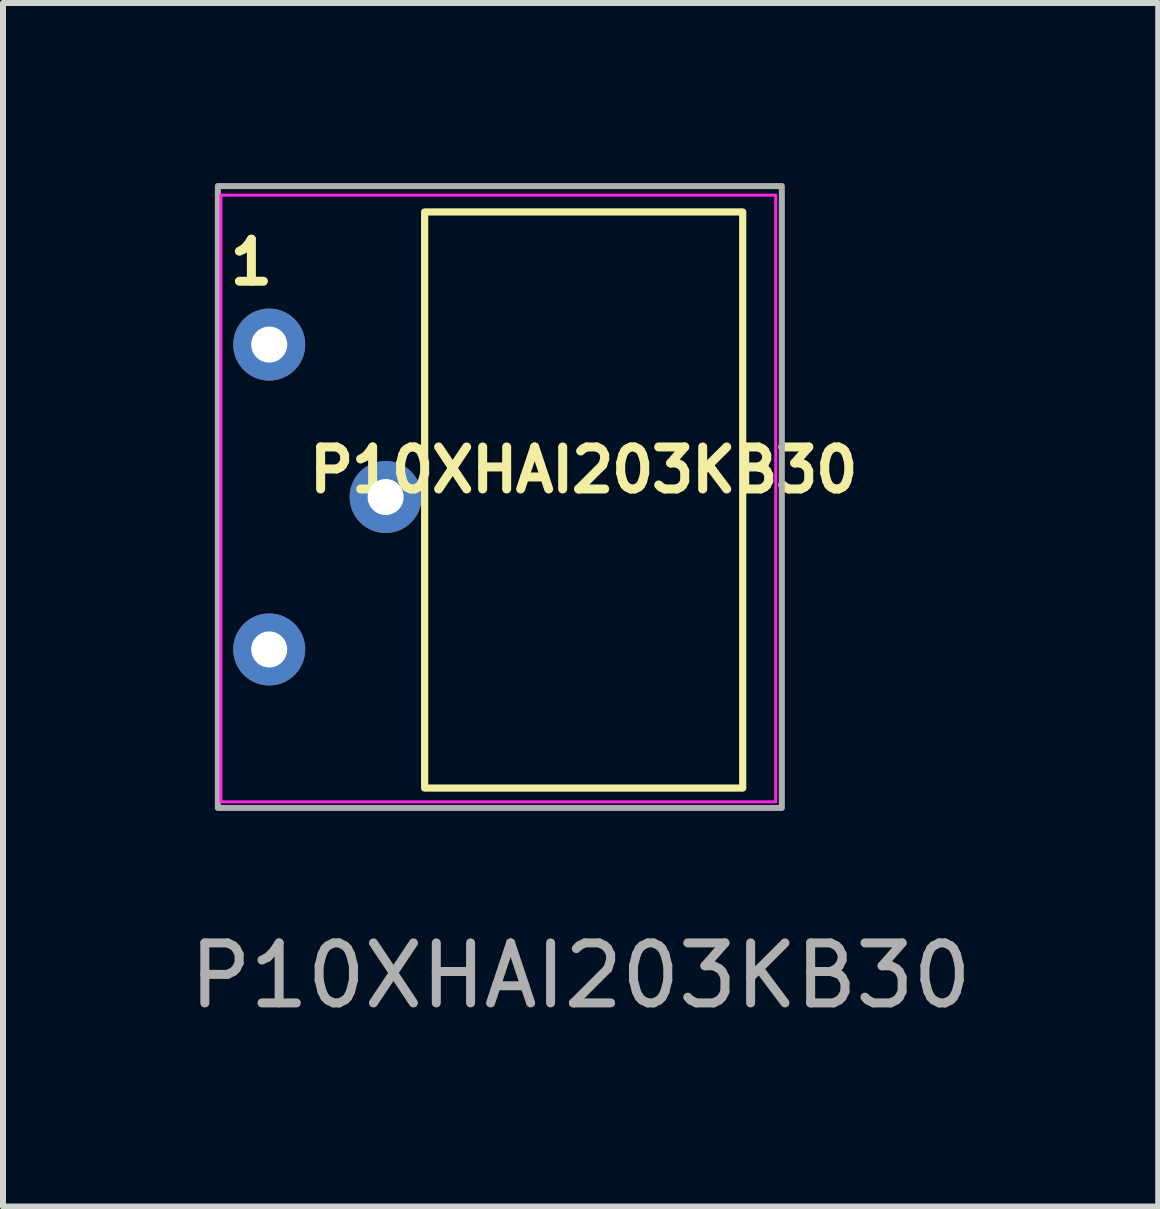
<source format=kicad_pcb>
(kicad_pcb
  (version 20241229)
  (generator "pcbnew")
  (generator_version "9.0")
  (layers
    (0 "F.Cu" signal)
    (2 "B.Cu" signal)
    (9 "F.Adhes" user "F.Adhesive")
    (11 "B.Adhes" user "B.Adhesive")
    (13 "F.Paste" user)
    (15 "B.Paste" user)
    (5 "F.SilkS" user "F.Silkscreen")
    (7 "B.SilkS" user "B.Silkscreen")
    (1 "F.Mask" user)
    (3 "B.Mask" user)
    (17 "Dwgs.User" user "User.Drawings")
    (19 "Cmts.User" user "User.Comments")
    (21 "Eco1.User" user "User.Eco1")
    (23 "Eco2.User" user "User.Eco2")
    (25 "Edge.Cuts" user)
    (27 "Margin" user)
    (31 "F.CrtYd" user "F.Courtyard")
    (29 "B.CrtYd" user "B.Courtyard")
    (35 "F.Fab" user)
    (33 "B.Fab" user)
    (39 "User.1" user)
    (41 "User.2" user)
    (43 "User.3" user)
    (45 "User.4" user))
  (footprint "P10XHAI203KB30"
    (layer "F.Cu")
    (at 6.676 5.282)
    (property "Reference" "P10XHAI203KB30" (at 0 -0.5 0) (unlocked yes) (layer "F.SilkS") (effects (font (size 0.7 0.7) (thickness 0.15))))
    (attr smd)
    (fp_rect (start -2.65 -4.8) (end 2.65 4.8) (stroke (width 0.12) (type solid)) (fill no) (layer "F.SilkS"))
    (fp_rect (start -6.045 -5.08) (end 3.2 5.029) (stroke (width 0.05) (type solid)) (fill no) (layer "F.CrtYd"))
    (fp_rect (start -6.096 -5.232) (end 3.302 5.131) (stroke (width 0.1) (type solid)) (fill no) (layer "F.Fab"))
    (fp_text user "1" (at -5.537 -3.962 0) (unlocked yes) (layer "F.SilkS") (effects (font (size 0.7 0.7) (thickness 0.15))))
    (fp_text user "${REFERENCE}" (at -0.051 7.925 0) (unlocked yes) (layer "F.Fab") (effects (font (size 1 1) (thickness 0.15))))
    (pad "1" thru_hole circle (at -5.24 -2.59 90) (size 1.2 1.2) (drill 0.6) (layers "*.Cu" "*.Mask"))
    (pad "2" thru_hole circle (at -3.3 -0.05 90) (size 1.2 1.2) (drill 0.6) (layers "*.Cu" "*.Mask"))
    (pad "3" thru_hole circle (at -5.24 2.49 90) (size 1.2 1.2) (drill 0.6) (layers "*.Cu" "*.Mask")))
  (gr_rect
    (start -3 -3)
    (end 16.25 17.055)
    (stroke (width 0.1) (type default))
    (fill no)
    (layer "Edge.Cuts")))
</source>
